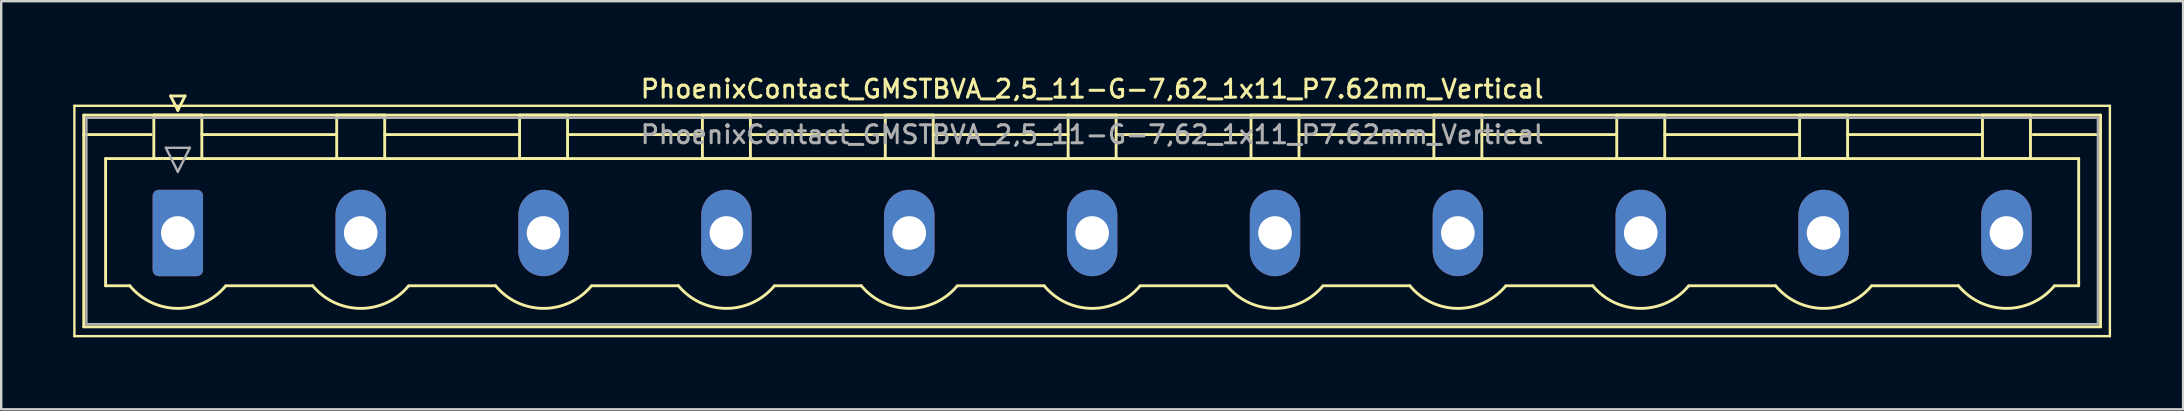
<source format=kicad_pcb>
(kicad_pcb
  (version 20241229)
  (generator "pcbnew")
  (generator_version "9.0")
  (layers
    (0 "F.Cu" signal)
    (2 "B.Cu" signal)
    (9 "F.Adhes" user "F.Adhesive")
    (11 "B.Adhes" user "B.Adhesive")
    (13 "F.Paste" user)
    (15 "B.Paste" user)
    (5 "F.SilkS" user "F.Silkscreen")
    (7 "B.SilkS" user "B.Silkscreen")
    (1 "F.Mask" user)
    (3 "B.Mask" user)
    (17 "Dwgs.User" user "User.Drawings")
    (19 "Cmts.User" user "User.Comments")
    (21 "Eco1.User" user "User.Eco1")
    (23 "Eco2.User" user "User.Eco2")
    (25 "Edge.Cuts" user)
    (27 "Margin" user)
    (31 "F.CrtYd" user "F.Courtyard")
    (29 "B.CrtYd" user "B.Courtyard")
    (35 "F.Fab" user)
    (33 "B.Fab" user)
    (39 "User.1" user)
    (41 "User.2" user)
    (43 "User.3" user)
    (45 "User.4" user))
  (footprint "PhoenixContact_GMSTBVA_2,5_11-G-7,62_1x11_P7.62mm_Vertical"
    (layer "F.Cu")
    (at 4.36 6.658)
    (property "Reference" "PhoenixContact_GMSTBVA_2,5_11-G-7,62_1x11_P7.62mm_Vertical" (at 38.1 -6 0) (layer "F.SilkS") (effects (font (size 0.75 0.75) (thickness 0.125))))
    (attr through_hole)
    (fp_line (start -4.31 -5.3) (end -4.31 4.3) (stroke (width 0.1) (type solid)) (layer "F.SilkS"))
    (fp_line (start -4.31 4.3) (end 80.51 4.3) (stroke (width 0.1) (type solid)) (layer "F.SilkS"))
    (fp_line (start -3.92 -4.91) (end -3.92 3.91) (stroke (width 0.12) (type solid)) (layer "F.SilkS"))
    (fp_line (start -3.92 -4.1) (end -1.11 -4.1) (stroke (width 0.12) (type solid)) (layer "F.SilkS"))
    (fp_line (start -3.92 3.91) (end 80.12 3.91) (stroke (width 0.12) (type solid)) (layer "F.SilkS"))
    (fp_line (start -3.01 -3.1) (end 79.21 -3.1) (stroke (width 0.12) (type solid)) (layer "F.SilkS"))
    (fp_line (start -3.01 2.2) (end -3.01 -3.1) (stroke (width 0.12) (type solid)) (layer "F.SilkS"))
    (fp_line (start -2 2.2) (end -3.01 2.2) (stroke (width 0.12) (type solid)) (layer "F.SilkS"))
    (fp_line (start -1 -4.91) (end 1 -4.91) (stroke (width 0.12) (type solid)) (layer "F.SilkS"))
    (fp_line (start -1 -3.1) (end -1 -4.91) (stroke (width 0.12) (type solid)) (layer "F.SilkS"))
    (fp_line (start -0.3 -5.71) (end 0.3 -5.71) (stroke (width 0.12) (type solid)) (layer "F.SilkS"))
    (fp_line (start 0 -5.11) (end -0.3 -5.71) (stroke (width 0.12) (type solid)) (layer "F.SilkS"))
    (fp_line (start 0.3 -5.71) (end 0 -5.11) (stroke (width 0.12) (type solid)) (layer "F.SilkS"))
    (fp_line (start 1 -4.91) (end 1 -3.1) (stroke (width 0.12) (type solid)) (layer "F.SilkS"))
    (fp_line (start 1 -4.1) (end 6.62 -4.1) (stroke (width 0.12) (type solid)) (layer "F.SilkS"))
    (fp_line (start 1 -3.1) (end -1 -3.1) (stroke (width 0.12) (type solid)) (layer "F.SilkS"))
    (fp_line (start 2 2.2) (end 5.62 2.2) (stroke (width 0.12) (type solid)) (layer "F.SilkS"))
    (fp_line (start 6.62 -4.91) (end 8.62 -4.91) (stroke (width 0.12) (type solid)) (layer "F.SilkS"))
    (fp_line (start 6.62 -3.1) (end 6.62 -4.91) (stroke (width 0.12) (type solid)) (layer "F.SilkS"))
    (fp_line (start 8.62 -4.91) (end 8.62 -3.1) (stroke (width 0.12) (type solid)) (layer "F.SilkS"))
    (fp_line (start 8.62 -4.1) (end 14.24 -4.1) (stroke (width 0.12) (type solid)) (layer "F.SilkS"))
    (fp_line (start 8.62 -3.1) (end 6.62 -3.1) (stroke (width 0.12) (type solid)) (layer "F.SilkS"))
    (fp_line (start 9.62 2.2) (end 13.24 2.2) (stroke (width 0.12) (type solid)) (layer "F.SilkS"))
    (fp_line (start 14.24 -4.91) (end 16.24 -4.91) (stroke (width 0.12) (type solid)) (layer "F.SilkS"))
    (fp_line (start 14.24 -3.1) (end 14.24 -4.91) (stroke (width 0.12) (type solid)) (layer "F.SilkS"))
    (fp_line (start 16.24 -4.91) (end 16.24 -3.1) (stroke (width 0.12) (type solid)) (layer "F.SilkS"))
    (fp_line (start 16.24 -4.1) (end 21.86 -4.1) (stroke (width 0.12) (type solid)) (layer "F.SilkS"))
    (fp_line (start 16.24 -3.1) (end 14.24 -3.1) (stroke (width 0.12) (type solid)) (layer "F.SilkS"))
    (fp_line (start 17.24 2.2) (end 20.86 2.2) (stroke (width 0.12) (type solid)) (layer "F.SilkS"))
    (fp_line (start 21.86 -4.91) (end 23.86 -4.91) (stroke (width 0.12) (type solid)) (layer "F.SilkS"))
    (fp_line (start 21.86 -3.1) (end 21.86 -4.91) (stroke (width 0.12) (type solid)) (layer "F.SilkS"))
    (fp_line (start 23.86 -4.91) (end 23.86 -3.1) (stroke (width 0.12) (type solid)) (layer "F.SilkS"))
    (fp_line (start 23.86 -4.1) (end 29.48 -4.1) (stroke (width 0.12) (type solid)) (layer "F.SilkS"))
    (fp_line (start 23.86 -3.1) (end 21.86 -3.1) (stroke (width 0.12) (type solid)) (layer "F.SilkS"))
    (fp_line (start 24.86 2.2) (end 28.48 2.2) (stroke (width 0.12) (type solid)) (layer "F.SilkS"))
    (fp_line (start 29.48 -4.91) (end 31.48 -4.91) (stroke (width 0.12) (type solid)) (layer "F.SilkS"))
    (fp_line (start 29.48 -3.1) (end 29.48 -4.91) (stroke (width 0.12) (type solid)) (layer "F.SilkS"))
    (fp_line (start 31.48 -4.91) (end 31.48 -3.1) (stroke (width 0.12) (type solid)) (layer "F.SilkS"))
    (fp_line (start 31.48 -4.1) (end 37.1 -4.1) (stroke (width 0.12) (type solid)) (layer "F.SilkS"))
    (fp_line (start 31.48 -3.1) (end 29.48 -3.1) (stroke (width 0.12) (type solid)) (layer "F.SilkS"))
    (fp_line (start 32.48 2.2) (end 36.1 2.2) (stroke (width 0.12) (type solid)) (layer "F.SilkS"))
    (fp_line (start 37.1 -4.91) (end 39.1 -4.91) (stroke (width 0.12) (type solid)) (layer "F.SilkS"))
    (fp_line (start 37.1 -3.1) (end 37.1 -4.91) (stroke (width 0.12) (type solid)) (layer "F.SilkS"))
    (fp_line (start 39.1 -4.91) (end 39.1 -3.1) (stroke (width 0.12) (type solid)) (layer "F.SilkS"))
    (fp_line (start 39.1 -4.1) (end 44.72 -4.1) (stroke (width 0.12) (type solid)) (layer "F.SilkS"))
    (fp_line (start 39.1 -3.1) (end 37.1 -3.1) (stroke (width 0.12) (type solid)) (layer "F.SilkS"))
    (fp_line (start 40.1 2.2) (end 43.72 2.2) (stroke (width 0.12) (type solid)) (layer "F.SilkS"))
    (fp_line (start 44.72 -4.91) (end 46.72 -4.91) (stroke (width 0.12) (type solid)) (layer "F.SilkS"))
    (fp_line (start 44.72 -3.1) (end 44.72 -4.91) (stroke (width 0.12) (type solid)) (layer "F.SilkS"))
    (fp_line (start 46.72 -4.91) (end 46.72 -3.1) (stroke (width 0.12) (type solid)) (layer "F.SilkS"))
    (fp_line (start 46.72 -4.1) (end 52.34 -4.1) (stroke (width 0.12) (type solid)) (layer "F.SilkS"))
    (fp_line (start 46.72 -3.1) (end 44.72 -3.1) (stroke (width 0.12) (type solid)) (layer "F.SilkS"))
    (fp_line (start 47.72 2.2) (end 51.34 2.2) (stroke (width 0.12) (type solid)) (layer "F.SilkS"))
    (fp_line (start 52.34 -4.91) (end 54.34 -4.91) (stroke (width 0.12) (type solid)) (layer "F.SilkS"))
    (fp_line (start 52.34 -3.1) (end 52.34 -4.91) (stroke (width 0.12) (type solid)) (layer "F.SilkS"))
    (fp_line (start 54.34 -4.91) (end 54.34 -3.1) (stroke (width 0.12) (type solid)) (layer "F.SilkS"))
    (fp_line (start 54.34 -4.1) (end 59.96 -4.1) (stroke (width 0.12) (type solid)) (layer "F.SilkS"))
    (fp_line (start 54.34 -3.1) (end 52.34 -3.1) (stroke (width 0.12) (type solid)) (layer "F.SilkS"))
    (fp_line (start 55.34 2.2) (end 58.96 2.2) (stroke (width 0.12) (type solid)) (layer "F.SilkS"))
    (fp_line (start 59.96 -4.91) (end 61.96 -4.91) (stroke (width 0.12) (type solid)) (layer "F.SilkS"))
    (fp_line (start 59.96 -3.1) (end 59.96 -4.91) (stroke (width 0.12) (type solid)) (layer "F.SilkS"))
    (fp_line (start 61.96 -4.91) (end 61.96 -3.1) (stroke (width 0.12) (type solid)) (layer "F.SilkS"))
    (fp_line (start 61.96 -4.1) (end 67.58 -4.1) (stroke (width 0.12) (type solid)) (layer "F.SilkS"))
    (fp_line (start 61.96 -3.1) (end 59.96 -3.1) (stroke (width 0.12) (type solid)) (layer "F.SilkS"))
    (fp_line (start 62.96 2.2) (end 66.58 2.2) (stroke (width 0.12) (type solid)) (layer "F.SilkS"))
    (fp_line (start 67.58 -4.91) (end 69.58 -4.91) (stroke (width 0.12) (type solid)) (layer "F.SilkS"))
    (fp_line (start 67.58 -3.1) (end 67.58 -4.91) (stroke (width 0.12) (type solid)) (layer "F.SilkS"))
    (fp_line (start 69.58 -4.91) (end 69.58 -3.1) (stroke (width 0.12) (type solid)) (layer "F.SilkS"))
    (fp_line (start 69.58 -4.1) (end 75.2 -4.1) (stroke (width 0.12) (type solid)) (layer "F.SilkS"))
    (fp_line (start 69.58 -3.1) (end 67.58 -3.1) (stroke (width 0.12) (type solid)) (layer "F.SilkS"))
    (fp_line (start 70.58 2.2) (end 74.2 2.2) (stroke (width 0.12) (type solid)) (layer "F.SilkS"))
    (fp_line (start 75.2 -4.91) (end 77.2 -4.91) (stroke (width 0.12) (type solid)) (layer "F.SilkS"))
    (fp_line (start 75.2 -3.1) (end 75.2 -4.91) (stroke (width 0.12) (type solid)) (layer "F.SilkS"))
    (fp_line (start 77.2 -4.91) (end 77.2 -3.1) (stroke (width 0.12) (type solid)) (layer "F.SilkS"))
    (fp_line (start 77.2 -3.1) (end 75.2 -3.1) (stroke (width 0.12) (type solid)) (layer "F.SilkS"))
    (fp_line (start 79.21 -3.1) (end 79.21 2.2) (stroke (width 0.12) (type solid)) (layer "F.SilkS"))
    (fp_line (start 79.21 2.2) (end 78.2 2.2) (stroke (width 0.12) (type solid)) (layer "F.SilkS"))
    (fp_line (start 80.12 -4.91) (end -3.92 -4.91) (stroke (width 0.12) (type solid)) (layer "F.SilkS"))
    (fp_line (start 80.12 -4.1) (end 77.31 -4.1) (stroke (width 0.12) (type solid)) (layer "F.SilkS"))
    (fp_line (start 80.12 3.91) (end 80.12 -4.91) (stroke (width 0.12) (type solid)) (layer "F.SilkS"))
    (fp_line (start 80.51 -5.3) (end -4.31 -5.3) (stroke (width 0.1) (type solid)) (layer "F.SilkS"))
    (fp_line (start 80.51 4.3) (end 80.51 -5.3) (stroke (width 0.1) (type solid)) (layer "F.SilkS"))
    (fp_arc (start 1.986842 2.215821) (mid -0.010289 3.142758) (end -2 2.2) (stroke (width 0.12) (type solid)) (layer "F.SilkS"))
    (fp_arc (start 9.606842 2.215821) (mid 7.609711 3.142758) (end 5.62 2.2) (stroke (width 0.12) (type solid)) (layer "F.SilkS"))
    (fp_arc (start 17.226842 2.215821) (mid 15.229711 3.142758) (end 13.24 2.2) (stroke (width 0.12) (type solid)) (layer "F.SilkS"))
    (fp_arc (start 24.846842 2.215821) (mid 22.849711 3.142758) (end 20.86 2.2) (stroke (width 0.12) (type solid)) (layer "F.SilkS"))
    (fp_arc (start 32.466842 2.215821) (mid 30.469711 3.142758) (end 28.48 2.2) (stroke (width 0.12) (type solid)) (layer "F.SilkS"))
    (fp_arc (start 40.086842 2.215821) (mid 38.089711 3.142758) (end 36.1 2.2) (stroke (width 0.12) (type solid)) (layer "F.SilkS"))
    (fp_arc (start 47.706842 2.215821) (mid 45.709711 3.142758) (end 43.72 2.2) (stroke (width 0.12) (type solid)) (layer "F.SilkS"))
    (fp_arc (start 55.326842 2.215821) (mid 53.329711 3.142758) (end 51.34 2.2) (stroke (width 0.12) (type solid)) (layer "F.SilkS"))
    (fp_arc (start 62.946842 2.215821) (mid 60.949711 3.142758) (end 58.96 2.2) (stroke (width 0.12) (type solid)) (layer "F.SilkS"))
    (fp_arc (start 70.566842 2.215821) (mid 68.569711 3.142758) (end 66.58 2.2) (stroke (width 0.12) (type solid)) (layer "F.SilkS"))
    (fp_arc (start 78.186842 2.215821) (mid 76.189711 3.142758) (end 74.2 2.2) (stroke (width 0.12) (type solid)) (layer "F.SilkS"))
    (fp_line (start -3.81 -4.8) (end -3.81 3.8) (stroke (width 0.1) (type solid)) (layer "F.Fab"))
    (fp_line (start -3.81 3.8) (end 80.01 3.8) (stroke (width 0.1) (type solid)) (layer "F.Fab"))
    (fp_line (start -0.5 -3.55) (end 0.5 -3.55) (stroke (width 0.1) (type solid)) (layer "F.Fab"))
    (fp_line (start 0 -2.55) (end -0.5 -3.55) (stroke (width 0.1) (type solid)) (layer "F.Fab"))
    (fp_line (start 0.5 -3.55) (end 0 -2.55) (stroke (width 0.1) (type solid)) (layer "F.Fab"))
    (fp_line (start 80.01 -4.8) (end -3.81 -4.8) (stroke (width 0.1) (type solid)) (layer "F.Fab"))
    (fp_line (start 80.01 3.8) (end 80.01 -4.8) (stroke (width 0.1) (type solid)) (layer "F.Fab"))
    (fp_text user "${REFERENCE}" (at 38.1 -4.1 0) (layer "F.Fab") (effects (font (size 0.75 0.75) (thickness 0.125))))
    (pad "1" thru_hole roundrect (at 0 0) (size 2.1 3.6) (drill 1.4) (layers "*.Cu" "*.Mask") (roundrect_rratio 0.119))
    (pad "2" thru_hole oval (at 7.62 0) (size 2.1 3.6) (drill 1.4) (layers "*.Cu" "*.Mask"))
    (pad "3" thru_hole oval (at 15.24 0) (size 2.1 3.6) (drill 1.4) (layers "*.Cu" "*.Mask"))
    (pad "4" thru_hole oval (at 22.86 0) (size 2.1 3.6) (drill 1.4) (layers "*.Cu" "*.Mask"))
    (pad "5" thru_hole oval (at 30.48 0) (size 2.1 3.6) (drill 1.4) (layers "*.Cu" "*.Mask"))
    (pad "6" thru_hole oval (at 38.1 0) (size 2.1 3.6) (drill 1.4) (layers "*.Cu" "*.Mask"))
    (pad "7" thru_hole oval (at 45.72 0) (size 2.1 3.6) (drill 1.4) (layers "*.Cu" "*.Mask"))
    (pad "8" thru_hole oval (at 53.34 0) (size 2.1 3.6) (drill 1.4) (layers "*.Cu" "*.Mask"))
    (pad "9" thru_hole oval (at 60.96 0) (size 2.1 3.6) (drill 1.4) (layers "*.Cu" "*.Mask"))
    (pad "10" thru_hole oval (at 68.58 0) (size 2.1 3.6) (drill 1.4) (layers "*.Cu" "*.Mask"))
    (pad "11" thru_hole oval (at 76.2 0) (size 2.1 3.6) (drill 1.4) (layers "*.Cu" "*.Mask")))
  (gr_rect
    (start -3 -3)
    (end 87.92 14.008)
    (stroke (width 0.1) (type default))
    (fill no)
    (layer "Edge.Cuts")))
</source>
